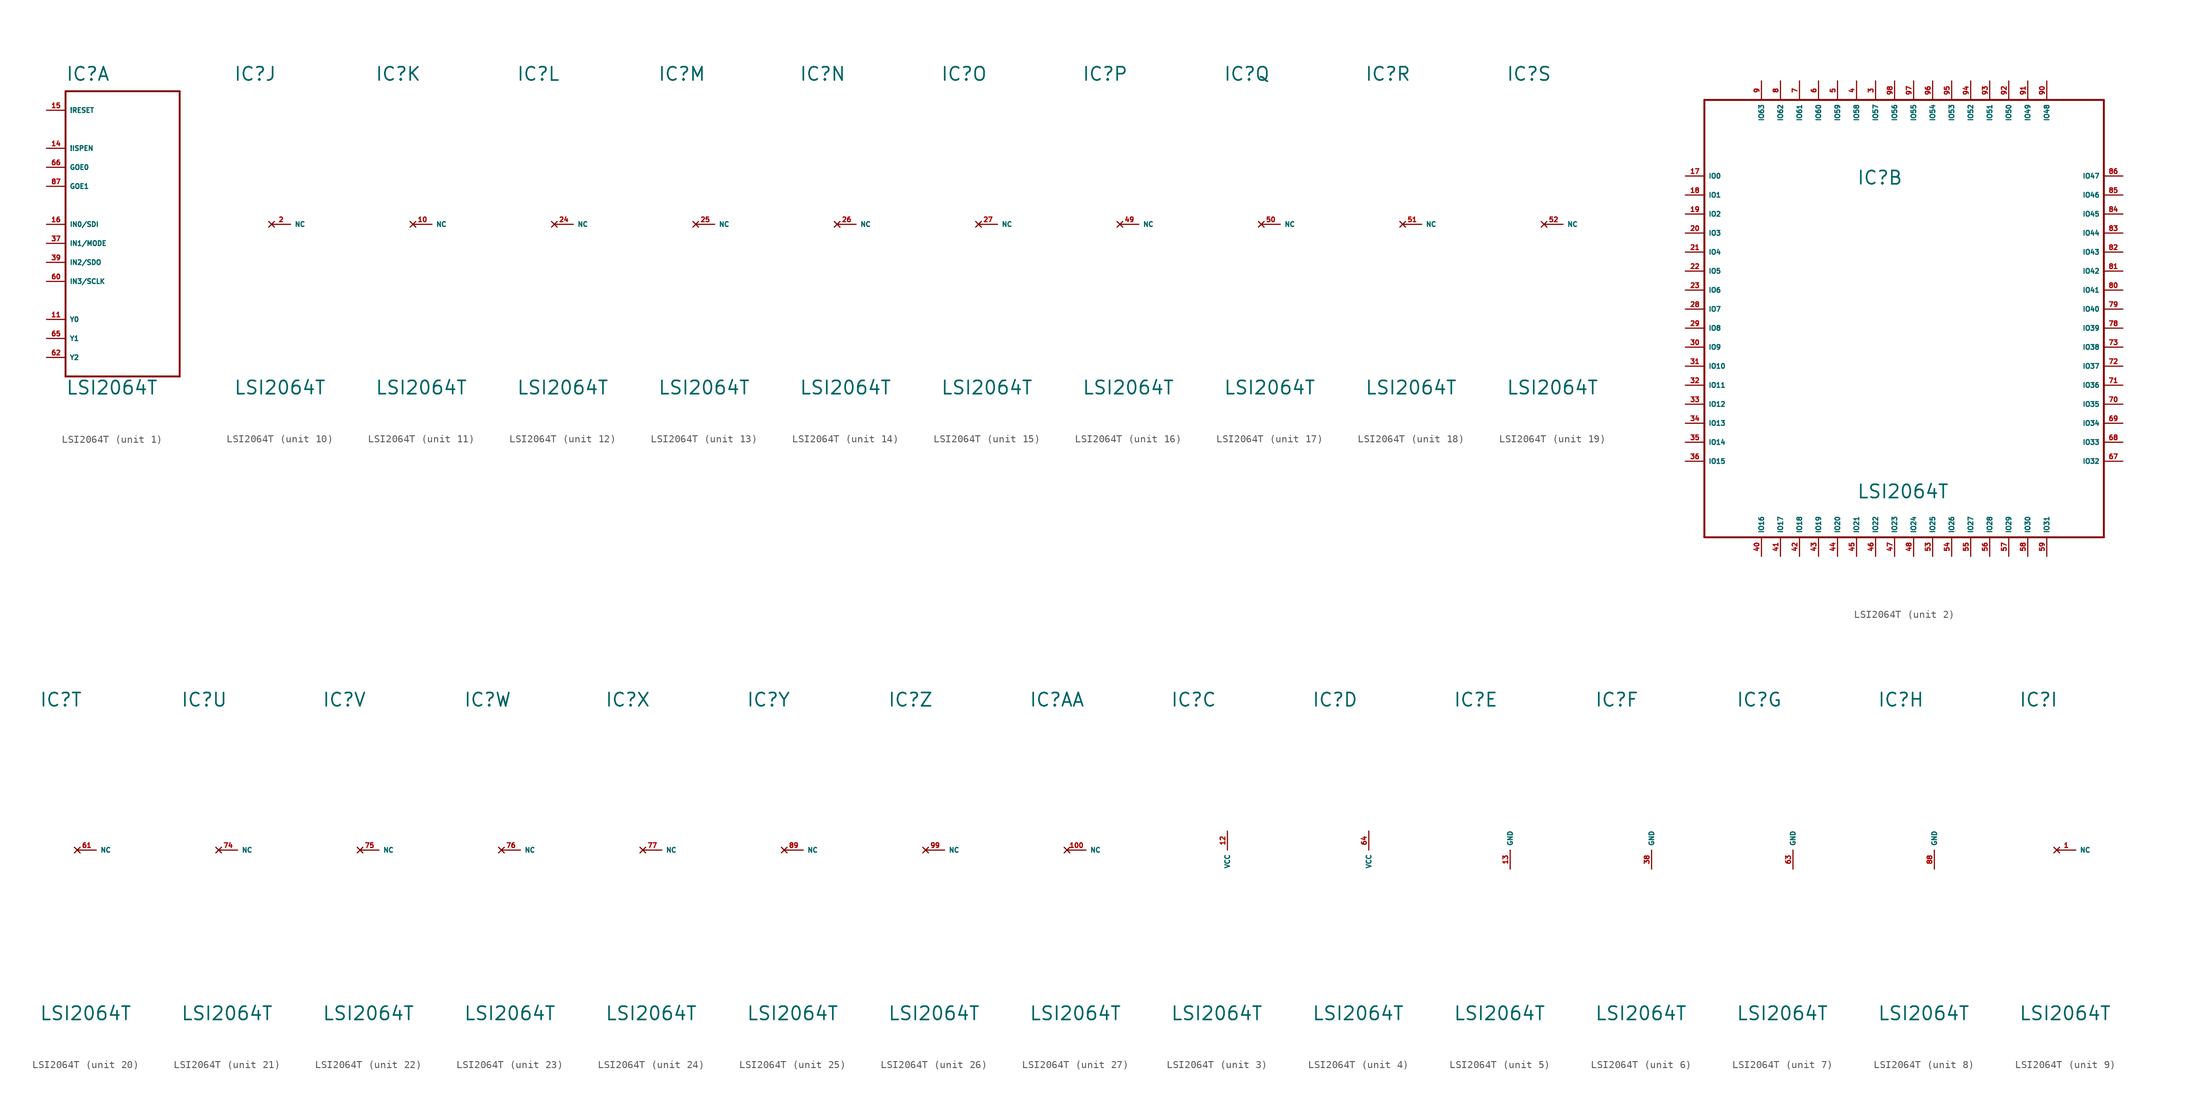
<source format=kicad_sym>
(kicad_symbol_lib
  (version 20220914)
  (generator Eagle2Kicad)
  (symbol "LSI2064T"
    (property "Reference" "IC"
      (at -7.62 19.05 0)
      (effects (font (size 1.778 1.778) (thickness 0.22)) (justify left bottom)))
    (property "Value" "LSI2064T"
      (at -7.62 -22.86 0)
      (effects (font (size 1.778 1.778) (thickness 0.22)) (justify left bottom)))
    (symbol "LSI2064T_1_0"
      (polyline (pts (xy -7.62 17.78) (xy 7.62 17.78)) (stroke (width 0.254) (type default)) (fill (type none)))
      (polyline (pts (xy 7.62 17.78) (xy 7.62 -20.32)) (stroke (width 0.254) (type default)) (fill (type none)))
      (polyline (pts (xy 7.62 -20.32) (xy -7.62 -20.32)) (stroke (width 0.254) (type default)) (fill (type none)))
      (polyline (pts (xy -7.62 -20.32) (xy -7.62 17.78)) (stroke (width 0.254) (type default)) (fill (type none)))
      (pin input line (at -10.16 15.24 0) (length 2.54) (name "!RESET" (effects (font (size 0.635 0.635) (thickness 0.08)) (justify left bottom))) (number "15" (effects (font (size 0.635 0.635) (thickness 0.08)) (justify left bottom))))
      (pin input line (at -10.16 10.16 0) (length 2.54) (name "!ISPEN" (effects (font (size 0.635 0.635) (thickness 0.08)) (justify left bottom))) (number "14" (effects (font (size 0.635 0.635) (thickness 0.08)) (justify left bottom))))
      (pin input line (at -10.16 7.62 0) (length 2.54) (name "GOE0" (effects (font (size 0.635 0.635) (thickness 0.08)) (justify left bottom))) (number "66" (effects (font (size 0.635 0.635) (thickness 0.08)) (justify left bottom))))
      (pin input line (at -10.16 5.08 0) (length 2.54) (name "GOE1" (effects (font (size 0.635 0.635) (thickness 0.08)) (justify left bottom))) (number "87" (effects (font (size 0.635 0.635) (thickness 0.08)) (justify left bottom))))
      (pin input line (at -10.16 -12.7 0) (length 2.54) (name "Y0" (effects (font (size 0.635 0.635) (thickness 0.08)) (justify left bottom))) (number "11" (effects (font (size 0.635 0.635) (thickness 0.08)) (justify left bottom))))
      (pin input line (at -10.16 -15.24 0) (length 2.54) (name "Y1" (effects (font (size 0.635 0.635) (thickness 0.08)) (justify left bottom))) (number "65" (effects (font (size 0.635 0.635) (thickness 0.08)) (justify left bottom))))
      (pin input line (at -10.16 -17.78 0) (length 2.54) (name "Y2" (effects (font (size 0.635 0.635) (thickness 0.08)) (justify left bottom))) (number "62" (effects (font (size 0.635 0.635) (thickness 0.08)) (justify left bottom))))
      (pin input line (at -10.16 -5.08 0) (length 2.54) (name "IN2/SDO" (effects (font (size 0.635 0.635) (thickness 0.08)) (justify left bottom))) (number "39" (effects (font (size 0.635 0.635) (thickness 0.08)) (justify left bottom))))
      (pin input line (at -10.16 -7.62 0) (length 2.54) (name "IN3/SCLK" (effects (font (size 0.635 0.635) (thickness 0.08)) (justify left bottom))) (number "60" (effects (font (size 0.635 0.635) (thickness 0.08)) (justify left bottom))))
      (pin input line (at -10.16 0 0) (length 2.54) (name "IN0/SDI" (effects (font (size 0.635 0.635) (thickness 0.08)) (justify left bottom))) (number "16" (effects (font (size 0.635 0.635) (thickness 0.08)) (justify left bottom))))
      (pin input line (at -10.16 -2.54 0) (length 2.54) (name "IN1/MODE" (effects (font (size 0.635 0.635) (thickness 0.08)) (justify left bottom))) (number "37" (effects (font (size 0.635 0.635) (thickness 0.08)) (justify left bottom)))))
    (symbol "LSI2064T_2_0"
      (polyline (pts (xy -27.94 30.48) (xy 25.4 30.48)) (stroke (width 0.254) (type default)) (fill (type none)))
      (polyline (pts (xy 25.4 30.48) (xy 25.4 -27.94)) (stroke (width 0.254) (type default)) (fill (type none)))
      (polyline (pts (xy 25.4 -27.94) (xy -27.94 -27.94)) (stroke (width 0.254) (type default)) (fill (type none)))
      (polyline (pts (xy -27.94 -27.94) (xy -27.94 30.48)) (stroke (width 0.254) (type default)) (fill (type none)))
      (pin bidirectional line (at -30.48 20.32 0) (length 2.54) (name "IO0" (effects (font (size 0.635 0.635) (thickness 0.08)) (justify left bottom))) (number "17" (effects (font (size 0.635 0.635) (thickness 0.08)) (justify left bottom))))
      (pin bidirectional line (at -30.48 17.78 0) (length 2.54) (name "IO1" (effects (font (size 0.635 0.635) (thickness 0.08)) (justify left bottom))) (number "18" (effects (font (size 0.635 0.635) (thickness 0.08)) (justify left bottom))))
      (pin bidirectional line (at -30.48 15.24 0) (length 2.54) (name "IO2" (effects (font (size 0.635 0.635) (thickness 0.08)) (justify left bottom))) (number "19" (effects (font (size 0.635 0.635) (thickness 0.08)) (justify left bottom))))
      (pin bidirectional line (at -30.48 12.7 0) (length 2.54) (name "IO3" (effects (font (size 0.635 0.635) (thickness 0.08)) (justify left bottom))) (number "20" (effects (font (size 0.635 0.635) (thickness 0.08)) (justify left bottom))))
      (pin bidirectional line (at -30.48 10.16 0) (length 2.54) (name "IO4" (effects (font (size 0.635 0.635) (thickness 0.08)) (justify left bottom))) (number "21" (effects (font (size 0.635 0.635) (thickness 0.08)) (justify left bottom))))
      (pin bidirectional line (at -30.48 7.62 0) (length 2.54) (name "IO5" (effects (font (size 0.635 0.635) (thickness 0.08)) (justify left bottom))) (number "22" (effects (font (size 0.635 0.635) (thickness 0.08)) (justify left bottom))))
      (pin bidirectional line (at -30.48 5.08 0) (length 2.54) (name "IO6" (effects (font (size 0.635 0.635) (thickness 0.08)) (justify left bottom))) (number "23" (effects (font (size 0.635 0.635) (thickness 0.08)) (justify left bottom))))
      (pin bidirectional line (at -30.48 2.54 0) (length 2.54) (name "IO7" (effects (font (size 0.635 0.635) (thickness 0.08)) (justify left bottom))) (number "28" (effects (font (size 0.635 0.635) (thickness 0.08)) (justify left bottom))))
      (pin bidirectional line (at -30.48 0 0) (length 2.54) (name "IO8" (effects (font (size 0.635 0.635) (thickness 0.08)) (justify left bottom))) (number "29" (effects (font (size 0.635 0.635) (thickness 0.08)) (justify left bottom))))
      (pin bidirectional line (at -30.48 -2.54 0) (length 2.54) (name "IO9" (effects (font (size 0.635 0.635) (thickness 0.08)) (justify left bottom))) (number "30" (effects (font (size 0.635 0.635) (thickness 0.08)) (justify left bottom))))
      (pin bidirectional line (at -30.48 -5.08 0) (length 2.54) (name "IO10" (effects (font (size 0.635 0.635) (thickness 0.08)) (justify left bottom))) (number "31" (effects (font (size 0.635 0.635) (thickness 0.08)) (justify left bottom))))
      (pin bidirectional line (at -30.48 -7.62 0) (length 2.54) (name "IO11" (effects (font (size 0.635 0.635) (thickness 0.08)) (justify left bottom))) (number "32" (effects (font (size 0.635 0.635) (thickness 0.08)) (justify left bottom))))
      (pin bidirectional line (at -30.48 -10.16 0) (length 2.54) (name "IO12" (effects (font (size 0.635 0.635) (thickness 0.08)) (justify left bottom))) (number "33" (effects (font (size 0.635 0.635) (thickness 0.08)) (justify left bottom))))
      (pin bidirectional line (at -30.48 -12.7 0) (length 2.54) (name "IO13" (effects (font (size 0.635 0.635) (thickness 0.08)) (justify left bottom))) (number "34" (effects (font (size 0.635 0.635) (thickness 0.08)) (justify left bottom))))
      (pin bidirectional line (at -30.48 -15.24 0) (length 2.54) (name "IO14" (effects (font (size 0.635 0.635) (thickness 0.08)) (justify left bottom))) (number "35" (effects (font (size 0.635 0.635) (thickness 0.08)) (justify left bottom))))
      (pin bidirectional line (at -30.48 -17.78 0) (length 2.54) (name "IO15" (effects (font (size 0.635 0.635) (thickness 0.08)) (justify left bottom))) (number "36" (effects (font (size 0.635 0.635) (thickness 0.08)) (justify left bottom))))
      (pin bidirectional line (at -20.32 -30.48 90) (length 2.54) (name "IO16" (effects (font (size 0.635 0.635) (thickness 0.08)) (justify left bottom))) (number "40" (effects (font (size 0.635 0.635) (thickness 0.08)) (justify left bottom))))
      (pin bidirectional line (at -17.78 -30.48 90) (length 2.54) (name "IO17" (effects (font (size 0.635 0.635) (thickness 0.08)) (justify left bottom))) (number "41" (effects (font (size 0.635 0.635) (thickness 0.08)) (justify left bottom))))
      (pin bidirectional line (at -15.24 -30.48 90) (length 2.54) (name "IO18" (effects (font (size 0.635 0.635) (thickness 0.08)) (justify left bottom))) (number "42" (effects (font (size 0.635 0.635) (thickness 0.08)) (justify left bottom))))
      (pin bidirectional line (at -12.7 -30.48 90) (length 2.54) (name "IO19" (effects (font (size 0.635 0.635) (thickness 0.08)) (justify left bottom))) (number "43" (effects (font (size 0.635 0.635) (thickness 0.08)) (justify left bottom))))
      (pin bidirectional line (at -10.16 -30.48 90) (length 2.54) (name "IO20" (effects (font (size 0.635 0.635) (thickness 0.08)) (justify left bottom))) (number "44" (effects (font (size 0.635 0.635) (thickness 0.08)) (justify left bottom))))
      (pin bidirectional line (at -7.62 -30.48 90) (length 2.54) (name "IO21" (effects (font (size 0.635 0.635) (thickness 0.08)) (justify left bottom))) (number "45" (effects (font (size 0.635 0.635) (thickness 0.08)) (justify left bottom))))
      (pin bidirectional line (at -5.08 -30.48 90) (length 2.54) (name "IO22" (effects (font (size 0.635 0.635) (thickness 0.08)) (justify left bottom))) (number "46" (effects (font (size 0.635 0.635) (thickness 0.08)) (justify left bottom))))
      (pin bidirectional line (at -2.54 -30.48 90) (length 2.54) (name "IO23" (effects (font (size 0.635 0.635) (thickness 0.08)) (justify left bottom))) (number "47" (effects (font (size 0.635 0.635) (thickness 0.08)) (justify left bottom))))
      (pin bidirectional line (at 0 -30.48 90) (length 2.54) (name "IO24" (effects (font (size 0.635 0.635) (thickness 0.08)) (justify left bottom))) (number "48" (effects (font (size 0.635 0.635) (thickness 0.08)) (justify left bottom))))
      (pin bidirectional line (at 2.54 -30.48 90) (length 2.54) (name "IO25" (effects (font (size 0.635 0.635) (thickness 0.08)) (justify left bottom))) (number "53" (effects (font (size 0.635 0.635) (thickness 0.08)) (justify left bottom))))
      (pin bidirectional line (at 5.08 -30.48 90) (length 2.54) (name "IO26" (effects (font (size 0.635 0.635) (thickness 0.08)) (justify left bottom))) (number "54" (effects (font (size 0.635 0.635) (thickness 0.08)) (justify left bottom))))
      (pin bidirectional line (at 7.62 -30.48 90) (length 2.54) (name "IO27" (effects (font (size 0.635 0.635) (thickness 0.08)) (justify left bottom))) (number "55" (effects (font (size 0.635 0.635) (thickness 0.08)) (justify left bottom))))
      (pin bidirectional line (at 10.16 -30.48 90) (length 2.54) (name "IO28" (effects (font (size 0.635 0.635) (thickness 0.08)) (justify left bottom))) (number "56" (effects (font (size 0.635 0.635) (thickness 0.08)) (justify left bottom))))
      (pin bidirectional line (at 12.7 -30.48 90) (length 2.54) (name "IO29" (effects (font (size 0.635 0.635) (thickness 0.08)) (justify left bottom))) (number "57" (effects (font (size 0.635 0.635) (thickness 0.08)) (justify left bottom))))
      (pin bidirectional line (at 15.24 -30.48 90) (length 2.54) (name "IO30" (effects (font (size 0.635 0.635) (thickness 0.08)) (justify left bottom))) (number "58" (effects (font (size 0.635 0.635) (thickness 0.08)) (justify left bottom))))
      (pin bidirectional line (at 17.78 -30.48 90) (length 2.54) (name "IO31" (effects (font (size 0.635 0.635) (thickness 0.08)) (justify left bottom))) (number "59" (effects (font (size 0.635 0.635) (thickness 0.08)) (justify left bottom))))
      (pin bidirectional line (at 27.94 -17.78 180) (length 2.54) (name "IO32" (effects (font (size 0.635 0.635) (thickness 0.08)) (justify left bottom))) (number "67" (effects (font (size 0.635 0.635) (thickness 0.08)) (justify left bottom))))
      (pin bidirectional line (at 27.94 -15.24 180) (length 2.54) (name "IO33" (effects (font (size 0.635 0.635) (thickness 0.08)) (justify left bottom))) (number "68" (effects (font (size 0.635 0.635) (thickness 0.08)) (justify left bottom))))
      (pin bidirectional line (at 27.94 -12.7 180) (length 2.54) (name "IO34" (effects (font (size 0.635 0.635) (thickness 0.08)) (justify left bottom))) (number "69" (effects (font (size 0.635 0.635) (thickness 0.08)) (justify left bottom))))
      (pin bidirectional line (at 27.94 -10.16 180) (length 2.54) (name "IO35" (effects (font (size 0.635 0.635) (thickness 0.08)) (justify left bottom))) (number "70" (effects (font (size 0.635 0.635) (thickness 0.08)) (justify left bottom))))
      (pin bidirectional line (at 27.94 -7.62 180) (length 2.54) (name "IO36" (effects (font (size 0.635 0.635) (thickness 0.08)) (justify left bottom))) (number "71" (effects (font (size 0.635 0.635) (thickness 0.08)) (justify left bottom))))
      (pin bidirectional line (at 27.94 -5.08 180) (length 2.54) (name "IO37" (effects (font (size 0.635 0.635) (thickness 0.08)) (justify left bottom))) (number "72" (effects (font (size 0.635 0.635) (thickness 0.08)) (justify left bottom))))
      (pin bidirectional line (at 27.94 -2.54 180) (length 2.54) (name "IO38" (effects (font (size 0.635 0.635) (thickness 0.08)) (justify left bottom))) (number "73" (effects (font (size 0.635 0.635) (thickness 0.08)) (justify left bottom))))
      (pin bidirectional line (at 27.94 0 180) (length 2.54) (name "IO39" (effects (font (size 0.635 0.635) (thickness 0.08)) (justify left bottom))) (number "78" (effects (font (size 0.635 0.635) (thickness 0.08)) (justify left bottom))))
      (pin bidirectional line (at 27.94 2.54 180) (length 2.54) (name "IO40" (effects (font (size 0.635 0.635) (thickness 0.08)) (justify left bottom))) (number "79" (effects (font (size 0.635 0.635) (thickness 0.08)) (justify left bottom))))
      (pin bidirectional line (at 27.94 5.08 180) (length 2.54) (name "IO41" (effects (font (size 0.635 0.635) (thickness 0.08)) (justify left bottom))) (number "80" (effects (font (size 0.635 0.635) (thickness 0.08)) (justify left bottom))))
      (pin bidirectional line (at 27.94 7.62 180) (length 2.54) (name "IO42" (effects (font (size 0.635 0.635) (thickness 0.08)) (justify left bottom))) (number "81" (effects (font (size 0.635 0.635) (thickness 0.08)) (justify left bottom))))
      (pin bidirectional line (at 27.94 10.16 180) (length 2.54) (name "IO43" (effects (font (size 0.635 0.635) (thickness 0.08)) (justify left bottom))) (number "82" (effects (font (size 0.635 0.635) (thickness 0.08)) (justify left bottom))))
      (pin bidirectional line (at 27.94 12.7 180) (length 2.54) (name "IO44" (effects (font (size 0.635 0.635) (thickness 0.08)) (justify left bottom))) (number "83" (effects (font (size 0.635 0.635) (thickness 0.08)) (justify left bottom))))
      (pin bidirectional line (at 27.94 15.24 180) (length 2.54) (name "IO45" (effects (font (size 0.635 0.635) (thickness 0.08)) (justify left bottom))) (number "84" (effects (font (size 0.635 0.635) (thickness 0.08)) (justify left bottom))))
      (pin bidirectional line (at 27.94 17.78 180) (length 2.54) (name "IO46" (effects (font (size 0.635 0.635) (thickness 0.08)) (justify left bottom))) (number "85" (effects (font (size 0.635 0.635) (thickness 0.08)) (justify left bottom))))
      (pin bidirectional line (at 27.94 20.32 180) (length 2.54) (name "IO47" (effects (font (size 0.635 0.635) (thickness 0.08)) (justify left bottom))) (number "86" (effects (font (size 0.635 0.635) (thickness 0.08)) (justify left bottom))))
      (pin bidirectional line (at 17.78 33.02 270) (length 2.54) (name "IO48" (effects (font (size 0.635 0.635) (thickness 0.08)) (justify left bottom))) (number "90" (effects (font (size 0.635 0.635) (thickness 0.08)) (justify left bottom))))
      (pin bidirectional line (at 15.24 33.02 270) (length 2.54) (name "IO49" (effects (font (size 0.635 0.635) (thickness 0.08)) (justify left bottom))) (number "91" (effects (font (size 0.635 0.635) (thickness 0.08)) (justify left bottom))))
      (pin bidirectional line (at 12.7 33.02 270) (length 2.54) (name "IO50" (effects (font (size 0.635 0.635) (thickness 0.08)) (justify left bottom))) (number "92" (effects (font (size 0.635 0.635) (thickness 0.08)) (justify left bottom))))
      (pin bidirectional line (at 10.16 33.02 270) (length 2.54) (name "IO51" (effects (font (size 0.635 0.635) (thickness 0.08)) (justify left bottom))) (number "93" (effects (font (size 0.635 0.635) (thickness 0.08)) (justify left bottom))))
      (pin bidirectional line (at 7.62 33.02 270) (length 2.54) (name "IO52" (effects (font (size 0.635 0.635) (thickness 0.08)) (justify left bottom))) (number "94" (effects (font (size 0.635 0.635) (thickness 0.08)) (justify left bottom))))
      (pin bidirectional line (at 5.08 33.02 270) (length 2.54) (name "IO53" (effects (font (size 0.635 0.635) (thickness 0.08)) (justify left bottom))) (number "95" (effects (font (size 0.635 0.635) (thickness 0.08)) (justify left bottom))))
      (pin bidirectional line (at 2.54 33.02 270) (length 2.54) (name "IO54" (effects (font (size 0.635 0.635) (thickness 0.08)) (justify left bottom))) (number "96" (effects (font (size 0.635 0.635) (thickness 0.08)) (justify left bottom))))
      (pin bidirectional line (at 0 33.02 270) (length 2.54) (name "IO55" (effects (font (size 0.635 0.635) (thickness 0.08)) (justify left bottom))) (number "97" (effects (font (size 0.635 0.635) (thickness 0.08)) (justify left bottom))))
      (pin bidirectional line (at -2.54 33.02 270) (length 2.54) (name "IO56" (effects (font (size 0.635 0.635) (thickness 0.08)) (justify left bottom))) (number "98" (effects (font (size 0.635 0.635) (thickness 0.08)) (justify left bottom))))
      (pin bidirectional line (at -5.08 33.02 270) (length 2.54) (name "IO57" (effects (font (size 0.635 0.635) (thickness 0.08)) (justify left bottom))) (number "3" (effects (font (size 0.635 0.635) (thickness 0.08)) (justify left bottom))))
      (pin bidirectional line (at -7.62 33.02 270) (length 2.54) (name "IO58" (effects (font (size 0.635 0.635) (thickness 0.08)) (justify left bottom))) (number "4" (effects (font (size 0.635 0.635) (thickness 0.08)) (justify left bottom))))
      (pin bidirectional line (at -10.16 33.02 270) (length 2.54) (name "IO59" (effects (font (size 0.635 0.635) (thickness 0.08)) (justify left bottom))) (number "5" (effects (font (size 0.635 0.635) (thickness 0.08)) (justify left bottom))))
      (pin bidirectional line (at -12.7 33.02 270) (length 2.54) (name "IO60" (effects (font (size 0.635 0.635) (thickness 0.08)) (justify left bottom))) (number "6" (effects (font (size 0.635 0.635) (thickness 0.08)) (justify left bottom))))
      (pin bidirectional line (at -15.24 33.02 270) (length 2.54) (name "IO61" (effects (font (size 0.635 0.635) (thickness 0.08)) (justify left bottom))) (number "7" (effects (font (size 0.635 0.635) (thickness 0.08)) (justify left bottom))))
      (pin bidirectional line (at -17.78 33.02 270) (length 2.54) (name "IO62" (effects (font (size 0.635 0.635) (thickness 0.08)) (justify left bottom))) (number "8" (effects (font (size 0.635 0.635) (thickness 0.08)) (justify left bottom))))
      (pin bidirectional line (at -20.32 33.02 270) (length 2.54) (name "IO63" (effects (font (size 0.635 0.635) (thickness 0.08)) (justify left bottom))) (number "9" (effects (font (size 0.635 0.635) (thickness 0.08)) (justify left bottom)))))
    (symbol "LSI2064T_3_0"
      (pin unspecified line (at 0 2.54 270) (length 2.54) (name "VCC" (effects (font (size 0.635 0.635) (thickness 0.08)) (justify left bottom))) (number "12" (effects (font (size 0.635 0.635) (thickness 0.08)) (justify left bottom)))))
    (symbol "LSI2064T_4_0"
      (pin unspecified line (at 0 2.54 270) (length 2.54) (name "VCC" (effects (font (size 0.635 0.635) (thickness 0.08)) (justify left bottom))) (number "64" (effects (font (size 0.635 0.635) (thickness 0.08)) (justify left bottom)))))
    (symbol "LSI2064T_5_0"
      (pin unspecified line (at 0 -2.54 90) (length 2.54) (name "GND" (effects (font (size 0.635 0.635) (thickness 0.08)) (justify left bottom))) (number "13" (effects (font (size 0.635 0.635) (thickness 0.08)) (justify left bottom)))))
    (symbol "LSI2064T_6_0"
      (pin unspecified line (at 0 -2.54 90) (length 2.54) (name "GND" (effects (font (size 0.635 0.635) (thickness 0.08)) (justify left bottom))) (number "38" (effects (font (size 0.635 0.635) (thickness 0.08)) (justify left bottom)))))
    (symbol "LSI2064T_7_0"
      (pin unspecified line (at 0 -2.54 90) (length 2.54) (name "GND" (effects (font (size 0.635 0.635) (thickness 0.08)) (justify left bottom))) (number "63" (effects (font (size 0.635 0.635) (thickness 0.08)) (justify left bottom)))))
    (symbol "LSI2064T_8_0"
      (pin unspecified line (at 0 -2.54 90) (length 2.54) (name "GND" (effects (font (size 0.635 0.635) (thickness 0.08)) (justify left bottom))) (number "88" (effects (font (size 0.635 0.635) (thickness 0.08)) (justify left bottom)))))
    (symbol "LSI2064T_9_0"
      (pin no_connect line (at -2.54 0 0) (length 2.54) (name "NC" (effects (font (size 0.635 0.635) (thickness 0.08)) (justify left bottom) hide)) (number "1" (effects (font (size 0.635 0.635) (thickness 0.08)) (justify left bottom) hide))))
    (symbol "LSI2064T_10_0"
      (pin no_connect line (at -2.54 0 0) (length 2.54) (name "NC" (effects (font (size 0.635 0.635) (thickness 0.08)) (justify left bottom) hide)) (number "2" (effects (font (size 0.635 0.635) (thickness 0.08)) (justify left bottom) hide))))
    (symbol "LSI2064T_11_0"
      (pin no_connect line (at -2.54 0 0) (length 2.54) (name "NC" (effects (font (size 0.635 0.635) (thickness 0.08)) (justify left bottom) hide)) (number "10" (effects (font (size 0.635 0.635) (thickness 0.08)) (justify left bottom) hide))))
    (symbol "LSI2064T_12_0"
      (pin no_connect line (at -2.54 0 0) (length 2.54) (name "NC" (effects (font (size 0.635 0.635) (thickness 0.08)) (justify left bottom) hide)) (number "24" (effects (font (size 0.635 0.635) (thickness 0.08)) (justify left bottom) hide))))
    (symbol "LSI2064T_13_0"
      (pin no_connect line (at -2.54 0 0) (length 2.54) (name "NC" (effects (font (size 0.635 0.635) (thickness 0.08)) (justify left bottom) hide)) (number "25" (effects (font (size 0.635 0.635) (thickness 0.08)) (justify left bottom) hide))))
    (symbol "LSI2064T_14_0"
      (pin no_connect line (at -2.54 0 0) (length 2.54) (name "NC" (effects (font (size 0.635 0.635) (thickness 0.08)) (justify left bottom) hide)) (number "26" (effects (font (size 0.635 0.635) (thickness 0.08)) (justify left bottom) hide))))
    (symbol "LSI2064T_15_0"
      (pin no_connect line (at -2.54 0 0) (length 2.54) (name "NC" (effects (font (size 0.635 0.635) (thickness 0.08)) (justify left bottom) hide)) (number "27" (effects (font (size 0.635 0.635) (thickness 0.08)) (justify left bottom) hide))))
    (symbol "LSI2064T_16_0"
      (pin no_connect line (at -2.54 0 0) (length 2.54) (name "NC" (effects (font (size 0.635 0.635) (thickness 0.08)) (justify left bottom) hide)) (number "49" (effects (font (size 0.635 0.635) (thickness 0.08)) (justify left bottom) hide))))
    (symbol "LSI2064T_17_0"
      (pin no_connect line (at -2.54 0 0) (length 2.54) (name "NC" (effects (font (size 0.635 0.635) (thickness 0.08)) (justify left bottom) hide)) (number "50" (effects (font (size 0.635 0.635) (thickness 0.08)) (justify left bottom) hide))))
    (symbol "LSI2064T_18_0"
      (pin no_connect line (at -2.54 0 0) (length 2.54) (name "NC" (effects (font (size 0.635 0.635) (thickness 0.08)) (justify left bottom) hide)) (number "51" (effects (font (size 0.635 0.635) (thickness 0.08)) (justify left bottom) hide))))
    (symbol "LSI2064T_19_0"
      (pin no_connect line (at -2.54 0 0) (length 2.54) (name "NC" (effects (font (size 0.635 0.635) (thickness 0.08)) (justify left bottom) hide)) (number "52" (effects (font (size 0.635 0.635) (thickness 0.08)) (justify left bottom) hide))))
    (symbol "LSI2064T_20_0"
      (pin no_connect line (at -2.54 0 0) (length 2.54) (name "NC" (effects (font (size 0.635 0.635) (thickness 0.08)) (justify left bottom) hide)) (number "61" (effects (font (size 0.635 0.635) (thickness 0.08)) (justify left bottom) hide))))
    (symbol "LSI2064T_21_0"
      (pin no_connect line (at -2.54 0 0) (length 2.54) (name "NC" (effects (font (size 0.635 0.635) (thickness 0.08)) (justify left bottom) hide)) (number "74" (effects (font (size 0.635 0.635) (thickness 0.08)) (justify left bottom) hide))))
    (symbol "LSI2064T_22_0"
      (pin no_connect line (at -2.54 0 0) (length 2.54) (name "NC" (effects (font (size 0.635 0.635) (thickness 0.08)) (justify left bottom) hide)) (number "75" (effects (font (size 0.635 0.635) (thickness 0.08)) (justify left bottom) hide))))
    (symbol "LSI2064T_23_0"
      (pin no_connect line (at -2.54 0 0) (length 2.54) (name "NC" (effects (font (size 0.635 0.635) (thickness 0.08)) (justify left bottom) hide)) (number "76" (effects (font (size 0.635 0.635) (thickness 0.08)) (justify left bottom) hide))))
    (symbol "LSI2064T_24_0"
      (pin no_connect line (at -2.54 0 0) (length 2.54) (name "NC" (effects (font (size 0.635 0.635) (thickness 0.08)) (justify left bottom) hide)) (number "77" (effects (font (size 0.635 0.635) (thickness 0.08)) (justify left bottom) hide))))
    (symbol "LSI2064T_25_0"
      (pin no_connect line (at -2.54 0 0) (length 2.54) (name "NC" (effects (font (size 0.635 0.635) (thickness 0.08)) (justify left bottom) hide)) (number "89" (effects (font (size 0.635 0.635) (thickness 0.08)) (justify left bottom) hide))))
    (symbol "LSI2064T_26_0"
      (pin no_connect line (at -2.54 0 0) (length 2.54) (name "NC" (effects (font (size 0.635 0.635) (thickness 0.08)) (justify left bottom) hide)) (number "99" (effects (font (size 0.635 0.635) (thickness 0.08)) (justify left bottom) hide))))
    (symbol "LSI2064T_27_0"
      (pin no_connect line (at -2.54 0 0) (length 2.54) (name "NC" (effects (font (size 0.635 0.635) (thickness 0.08)) (justify left bottom) hide)) (number "100" (effects (font (size 0.635 0.635) (thickness 0.08)) (justify left bottom) hide))))))
</source>
